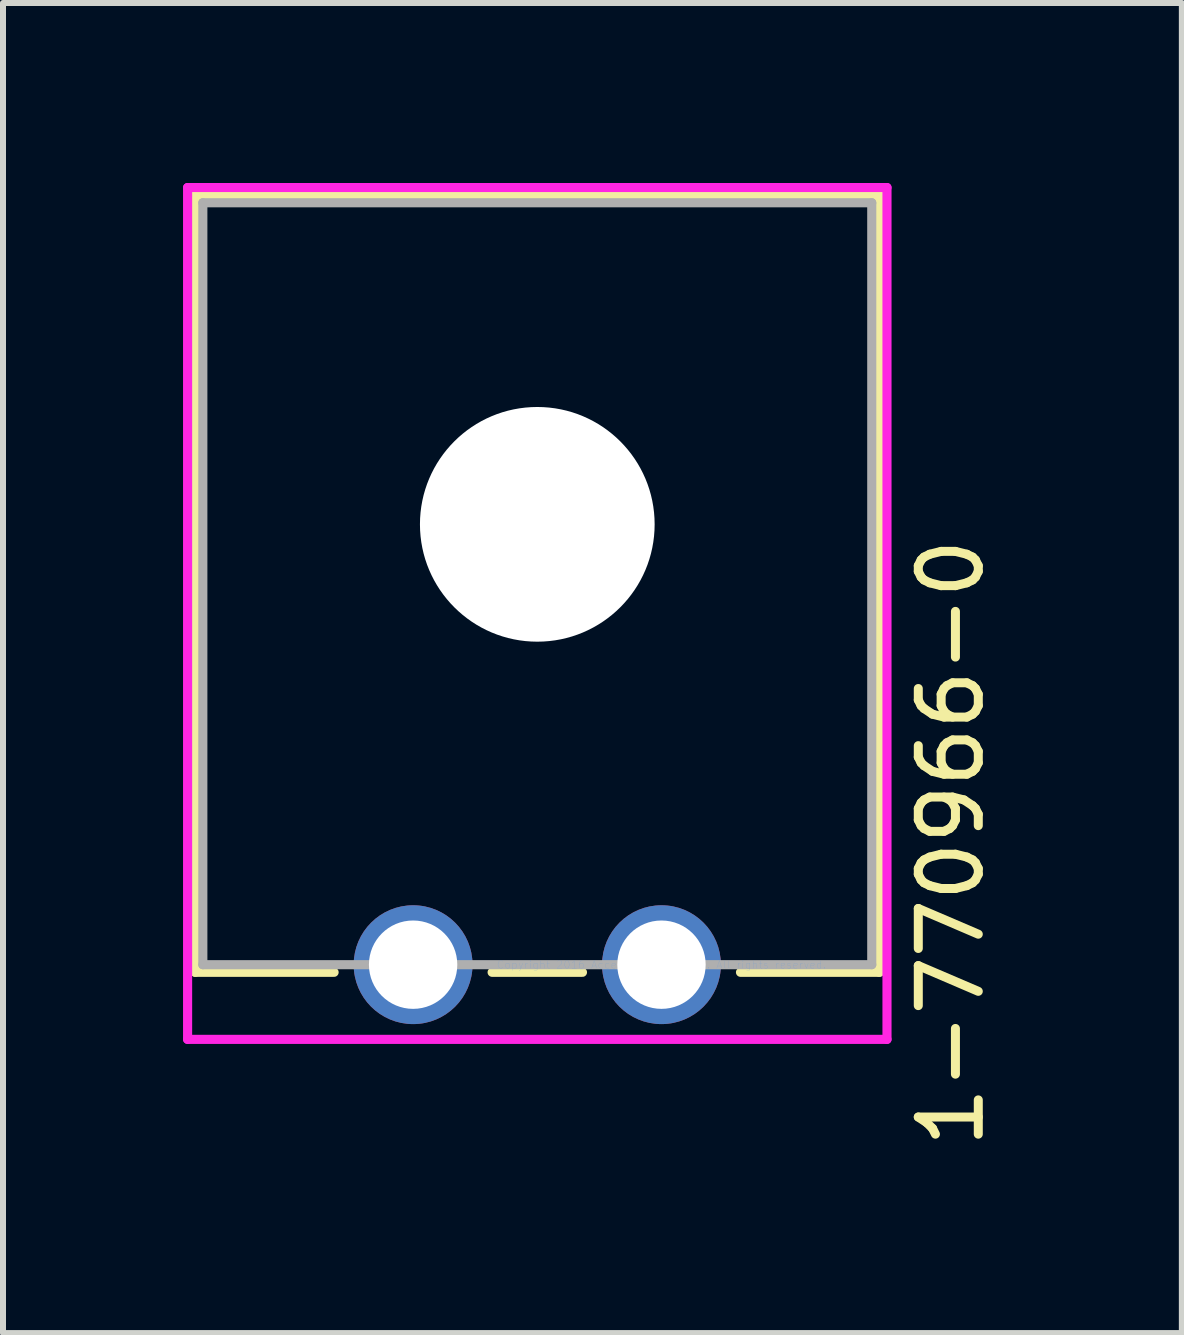
<source format=kicad_pcb>
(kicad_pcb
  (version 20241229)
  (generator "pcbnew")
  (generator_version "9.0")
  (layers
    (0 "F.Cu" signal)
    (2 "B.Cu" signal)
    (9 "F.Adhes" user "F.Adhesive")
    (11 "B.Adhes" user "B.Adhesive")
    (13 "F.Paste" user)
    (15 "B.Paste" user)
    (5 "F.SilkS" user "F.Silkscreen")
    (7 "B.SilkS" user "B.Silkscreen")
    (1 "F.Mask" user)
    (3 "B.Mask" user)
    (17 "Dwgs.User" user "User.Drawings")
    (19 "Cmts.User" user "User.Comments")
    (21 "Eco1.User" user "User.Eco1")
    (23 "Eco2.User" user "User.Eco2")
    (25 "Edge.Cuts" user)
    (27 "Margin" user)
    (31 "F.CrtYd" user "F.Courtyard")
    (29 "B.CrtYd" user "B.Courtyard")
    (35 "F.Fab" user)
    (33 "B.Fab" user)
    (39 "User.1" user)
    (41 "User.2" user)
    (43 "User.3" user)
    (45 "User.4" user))
  (footprint "1-770966-0"
    (layer "F.Cu")
    (at 7.976 13.03)
    (property "Reference" "1-770966-0" (at 4.826 -2.032 90) (layer "F.SilkS") (effects (font (size 1 1) (thickness 0.15))))
    (attr through_hole)
    (fp_line (start -7.772 -12.827) (end -7.772 0.127) (stroke (width 0.152) (type solid)) (layer "F.SilkS"))
    (fp_line (start -7.772 0.127) (end -5.457 0.127) (stroke (width 0.152) (type solid)) (layer "F.SilkS"))
    (fp_line (start -2.823 0.127) (end -1.317 0.127) (stroke (width 0.152) (type solid)) (layer "F.SilkS"))
    (fp_line (start 1.317 0.127) (end 3.632 0.127) (stroke (width 0.152) (type solid)) (layer "F.SilkS"))
    (fp_line (start 3.632 -12.827) (end -7.772 -12.827) (stroke (width 0.152) (type solid)) (layer "F.SilkS"))
    (fp_line (start 3.632 0.127) (end 3.632 -12.827) (stroke (width 0.152) (type solid)) (layer "F.SilkS"))
    (fp_line (start -7.899 -12.954) (end -7.899 1.245) (stroke (width 0.152) (type solid)) (layer "F.CrtYd"))
    (fp_line (start -7.899 1.245) (end 3.759 1.245) (stroke (width 0.152) (type solid)) (layer "F.CrtYd"))
    (fp_line (start 3.759 -12.954) (end -7.899 -12.954) (stroke (width 0.152) (type solid)) (layer "F.CrtYd"))
    (fp_line (start 3.759 1.245) (end 3.759 -12.954) (stroke (width 0.152) (type solid)) (layer "F.CrtYd"))
    (fp_line (start -7.645 -12.7) (end -7.645 0) (stroke (width 0.152) (type solid)) (layer "F.Fab"))
    (fp_line (start -7.645 0) (end 3.505 0) (stroke (width 0.152) (type solid)) (layer "F.Fab"))
    (fp_line (start 3.505 -12.7) (end -7.645 -12.7) (stroke (width 0.152) (type solid)) (layer "F.Fab"))
    (fp_line (start 3.505 0) (end 3.505 -12.7) (stroke (width 0.152) (type solid)) (layer "F.Fab"))
    (fp_text user "Copyright 2016 Accelerated Designs. All rights reserved." (at 0 0 0) (layer "Cmts.User") (effects (font (size 0.127 0.127) (thickness 0.002))))
    (pad "" np_thru_hole circle (at -2.07 -7.34) (size 3.912 3.912) (drill 3.912) (layers "*.Cu" "*.Mask"))
    (pad "1" thru_hole circle (at -4.14 0) (size 1.981 1.981) (drill 1.473) (layers "*.Cu" "*.Mask"))
    (pad "2" thru_hole circle (at -0.000001 0) (size 1.981 1.981) (drill 1.473) (layers "*.Cu" "*.Mask")))
  (gr_rect
    (start -3 -3)
    (end 16.65 19.171)
    (stroke (width 0.1) (type default))
    (fill no)
    (layer "Edge.Cuts")))
</source>
